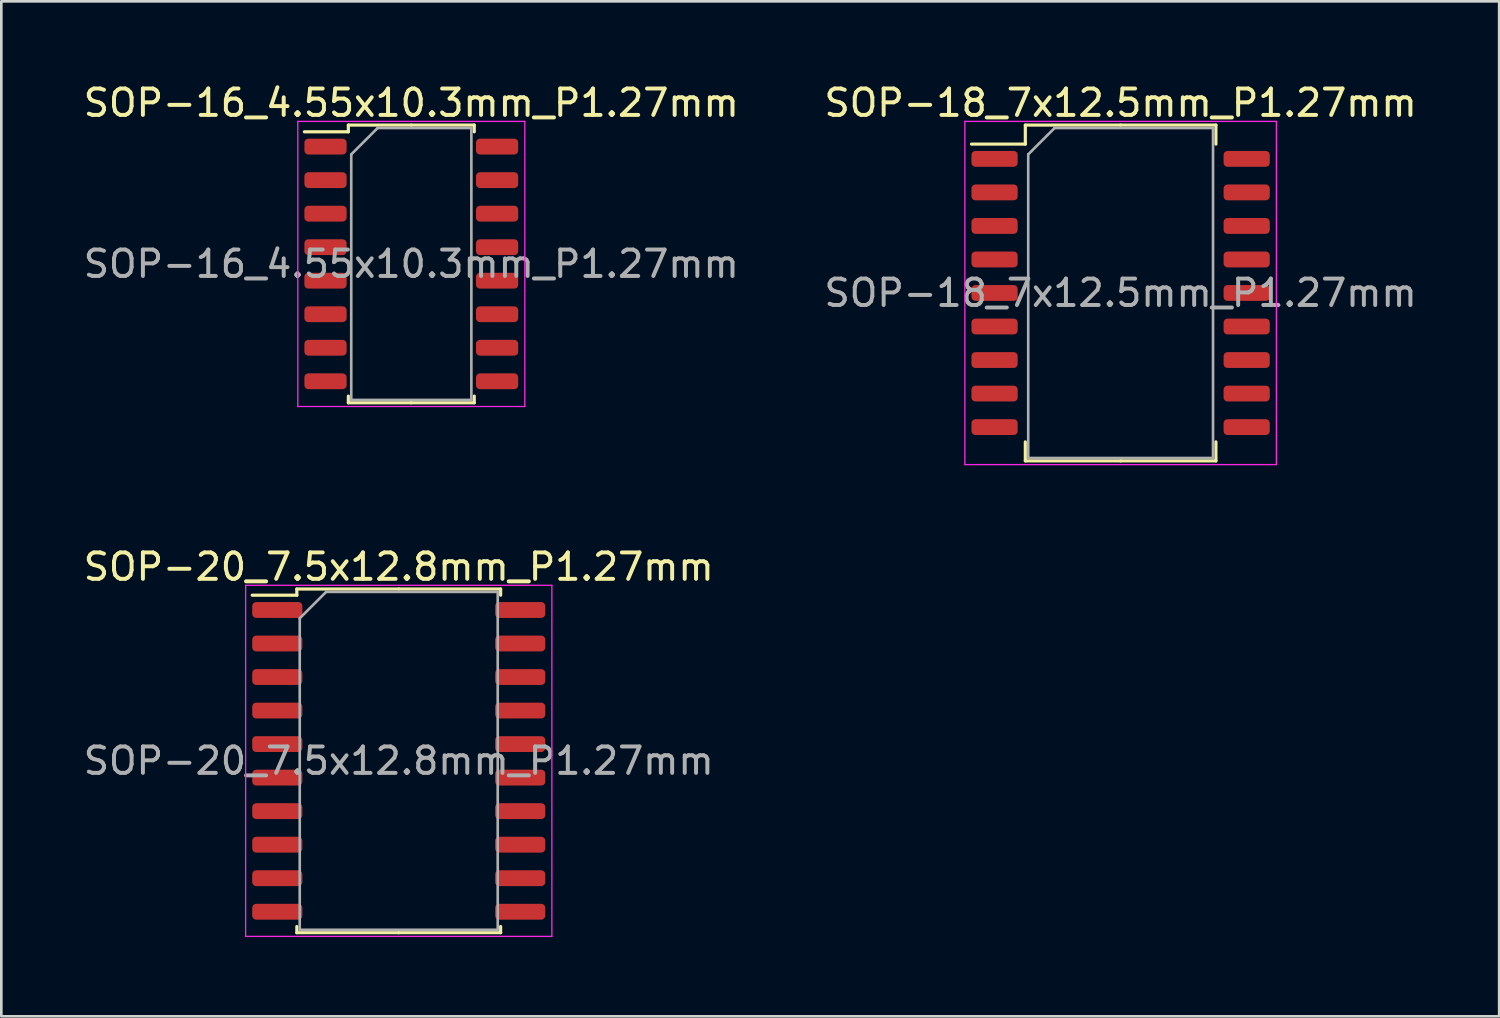
<source format=kicad_pcb>
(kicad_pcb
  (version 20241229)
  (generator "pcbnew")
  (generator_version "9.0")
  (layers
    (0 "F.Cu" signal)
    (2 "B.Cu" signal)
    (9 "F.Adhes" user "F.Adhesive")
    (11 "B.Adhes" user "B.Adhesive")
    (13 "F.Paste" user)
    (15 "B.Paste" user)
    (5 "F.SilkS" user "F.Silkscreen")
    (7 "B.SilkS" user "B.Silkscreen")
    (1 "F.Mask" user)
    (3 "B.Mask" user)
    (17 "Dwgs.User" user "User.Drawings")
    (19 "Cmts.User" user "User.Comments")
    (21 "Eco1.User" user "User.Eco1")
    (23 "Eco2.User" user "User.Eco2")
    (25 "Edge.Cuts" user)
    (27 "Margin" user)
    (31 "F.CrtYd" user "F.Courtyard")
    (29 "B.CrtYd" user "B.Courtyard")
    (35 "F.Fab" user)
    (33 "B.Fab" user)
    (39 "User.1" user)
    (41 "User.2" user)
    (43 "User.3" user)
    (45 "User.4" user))
  (footprint "SOP-16_4.55x10.3mm_P1.27mm"
    (layer "F.Cu")
    (at 12.53 6.948)
    (property "Reference" "SOP-16_4.55x10.3mm_P1.27mm" (at 0 -6.1 0) (layer "F.SilkS") (effects (font (size 1 1) (thickness 0.15))))
    (attr smd)
    (fp_line (start -2.385 -5.26) (end -2.385 -5.005) (stroke (width 0.12) (type solid)) (layer "F.SilkS"))
    (fp_line (start -2.385 -5.005) (end -4.05 -5.005) (stroke (width 0.12) (type solid)) (layer "F.SilkS"))
    (fp_line (start -2.385 5.26) (end -2.385 5.005) (stroke (width 0.12) (type solid)) (layer "F.SilkS"))
    (fp_line (start 0 -5.26) (end -2.385 -5.26) (stroke (width 0.12) (type solid)) (layer "F.SilkS"))
    (fp_line (start 0 -5.26) (end 2.385 -5.26) (stroke (width 0.12) (type solid)) (layer "F.SilkS"))
    (fp_line (start 0 5.26) (end -2.385 5.26) (stroke (width 0.12) (type solid)) (layer "F.SilkS"))
    (fp_line (start 0 5.26) (end 2.385 5.26) (stroke (width 0.12) (type solid)) (layer "F.SilkS"))
    (fp_line (start 2.385 -5.26) (end 2.385 -5.005) (stroke (width 0.12) (type solid)) (layer "F.SilkS"))
    (fp_line (start 2.385 5.26) (end 2.385 5.005) (stroke (width 0.12) (type solid)) (layer "F.SilkS"))
    (fp_line (start -4.3 -5.4) (end -4.3 5.4) (stroke (width 0.05) (type solid)) (layer "F.CrtYd"))
    (fp_line (start -4.3 5.4) (end 4.3 5.4) (stroke (width 0.05) (type solid)) (layer "F.CrtYd"))
    (fp_line (start 4.3 -5.4) (end -4.3 -5.4) (stroke (width 0.05) (type solid)) (layer "F.CrtYd"))
    (fp_line (start 4.3 5.4) (end 4.3 -5.4) (stroke (width 0.05) (type solid)) (layer "F.CrtYd"))
    (fp_line (start -2.275 -4.15) (end -1.275 -5.15) (stroke (width 0.1) (type solid)) (layer "F.Fab"))
    (fp_line (start -2.275 5.15) (end -2.275 -4.15) (stroke (width 0.1) (type solid)) (layer "F.Fab"))
    (fp_line (start -1.275 -5.15) (end 2.275 -5.15) (stroke (width 0.1) (type solid)) (layer "F.Fab"))
    (fp_line (start 2.275 -5.15) (end 2.275 5.15) (stroke (width 0.1) (type solid)) (layer "F.Fab"))
    (fp_line (start 2.275 5.15) (end -2.275 5.15) (stroke (width 0.1) (type solid)) (layer "F.Fab"))
    (fp_text user "${REFERENCE}" (at 0 0 0) (layer "F.Fab") (effects (font (size 1 1) (thickness 0.15))))
    (pad "1" smd roundrect (at -3.25 -4.445) (size 1.6 0.6) (layers "F.Cu" "F.Mask" "F.Paste") (roundrect_rratio 0.25))
    (pad "2" smd roundrect (at -3.25 -3.175) (size 1.6 0.6) (layers "F.Cu" "F.Mask" "F.Paste") (roundrect_rratio 0.25))
    (pad "3" smd roundrect (at -3.25 -1.905) (size 1.6 0.6) (layers "F.Cu" "F.Mask" "F.Paste") (roundrect_rratio 0.25))
    (pad "4" smd roundrect (at -3.25 -0.635) (size 1.6 0.6) (layers "F.Cu" "F.Mask" "F.Paste") (roundrect_rratio 0.25))
    (pad "5" smd roundrect (at -3.25 0.635) (size 1.6 0.6) (layers "F.Cu" "F.Mask" "F.Paste") (roundrect_rratio 0.25))
    (pad "6" smd roundrect (at -3.25 1.905) (size 1.6 0.6) (layers "F.Cu" "F.Mask" "F.Paste") (roundrect_rratio 0.25))
    (pad "7" smd roundrect (at -3.25 3.175) (size 1.6 0.6) (layers "F.Cu" "F.Mask" "F.Paste") (roundrect_rratio 0.25))
    (pad "8" smd roundrect (at -3.25 4.445) (size 1.6 0.6) (layers "F.Cu" "F.Mask" "F.Paste") (roundrect_rratio 0.25))
    (pad "9" smd roundrect (at 3.25 4.445) (size 1.6 0.6) (layers "F.Cu" "F.Mask" "F.Paste") (roundrect_rratio 0.25))
    (pad "10" smd roundrect (at 3.25 3.175) (size 1.6 0.6) (layers "F.Cu" "F.Mask" "F.Paste") (roundrect_rratio 0.25))
    (pad "11" smd roundrect (at 3.25 1.905) (size 1.6 0.6) (layers "F.Cu" "F.Mask" "F.Paste") (roundrect_rratio 0.25))
    (pad "12" smd roundrect (at 3.25 0.635) (size 1.6 0.6) (layers "F.Cu" "F.Mask" "F.Paste") (roundrect_rratio 0.25))
    (pad "13" smd roundrect (at 3.25 -0.635) (size 1.6 0.6) (layers "F.Cu" "F.Mask" "F.Paste") (roundrect_rratio 0.25))
    (pad "14" smd roundrect (at 3.25 -1.905) (size 1.6 0.6) (layers "F.Cu" "F.Mask" "F.Paste") (roundrect_rratio 0.25))
    (pad "15" smd roundrect (at 3.25 -3.175) (size 1.6 0.6) (layers "F.Cu" "F.Mask" "F.Paste") (roundrect_rratio 0.25))
    (pad "16" smd roundrect (at 3.25 -4.445) (size 1.6 0.6) (layers "F.Cu" "F.Mask" "F.Paste") (roundrect_rratio 0.25)))
  (footprint "SOP-20_7.5x12.8mm_P1.27mm"
    (layer "F.Cu")
    (at 12.054 25.771)
    (property "Reference" "SOP-20_7.5x12.8mm_P1.27mm" (at 0 -7.35 0) (layer "F.SilkS") (effects (font (size 1 1) (thickness 0.15))))
    (attr smd)
    (fp_line (start -3.86 -6.51) (end -3.86 -6.275) (stroke (width 0.12) (type solid)) (layer "F.SilkS"))
    (fp_line (start -3.86 -6.275) (end -5.55 -6.275) (stroke (width 0.12) (type solid)) (layer "F.SilkS"))
    (fp_line (start -3.86 6.51) (end -3.86 6.275) (stroke (width 0.12) (type solid)) (layer "F.SilkS"))
    (fp_line (start 0 -6.51) (end -3.86 -6.51) (stroke (width 0.12) (type solid)) (layer "F.SilkS"))
    (fp_line (start 0 -6.51) (end 3.86 -6.51) (stroke (width 0.12) (type solid)) (layer "F.SilkS"))
    (fp_line (start 0 6.51) (end -3.86 6.51) (stroke (width 0.12) (type solid)) (layer "F.SilkS"))
    (fp_line (start 0 6.51) (end 3.86 6.51) (stroke (width 0.12) (type solid)) (layer "F.SilkS"))
    (fp_line (start 3.86 -6.51) (end 3.86 -6.275) (stroke (width 0.12) (type solid)) (layer "F.SilkS"))
    (fp_line (start 3.86 6.51) (end 3.86 6.275) (stroke (width 0.12) (type solid)) (layer "F.SilkS"))
    (fp_line (start -5.8 -6.65) (end -5.8 6.65) (stroke (width 0.05) (type solid)) (layer "F.CrtYd"))
    (fp_line (start -5.8 6.65) (end 5.8 6.65) (stroke (width 0.05) (type solid)) (layer "F.CrtYd"))
    (fp_line (start 5.8 -6.65) (end -5.8 -6.65) (stroke (width 0.05) (type solid)) (layer "F.CrtYd"))
    (fp_line (start 5.8 6.65) (end 5.8 -6.65) (stroke (width 0.05) (type solid)) (layer "F.CrtYd"))
    (fp_line (start -3.75 -5.4) (end -2.75 -6.4) (stroke (width 0.1) (type solid)) (layer "F.Fab"))
    (fp_line (start -3.75 6.4) (end -3.75 -5.4) (stroke (width 0.1) (type solid)) (layer "F.Fab"))
    (fp_line (start -2.75 -6.4) (end 3.75 -6.4) (stroke (width 0.1) (type solid)) (layer "F.Fab"))
    (fp_line (start 3.75 -6.4) (end 3.75 6.4) (stroke (width 0.1) (type solid)) (layer "F.Fab"))
    (fp_line (start 3.75 6.4) (end -3.75 6.4) (stroke (width 0.1) (type solid)) (layer "F.Fab"))
    (fp_text user "${REFERENCE}" (at 0 0 0) (layer "F.Fab") (effects (font (size 1 1) (thickness 0.15))))
    (pad "1" smd roundrect (at -4.6 -5.715) (size 1.9 0.6) (layers "F.Cu" "F.Mask" "F.Paste") (roundrect_rratio 0.25))
    (pad "2" smd roundrect (at -4.6 -4.445) (size 1.9 0.6) (layers "F.Cu" "F.Mask" "F.Paste") (roundrect_rratio 0.25))
    (pad "3" smd roundrect (at -4.6 -3.175) (size 1.9 0.6) (layers "F.Cu" "F.Mask" "F.Paste") (roundrect_rratio 0.25))
    (pad "4" smd roundrect (at -4.6 -1.905) (size 1.9 0.6) (layers "F.Cu" "F.Mask" "F.Paste") (roundrect_rratio 0.25))
    (pad "5" smd roundrect (at -4.6 -0.635) (size 1.9 0.6) (layers "F.Cu" "F.Mask" "F.Paste") (roundrect_rratio 0.25))
    (pad "6" smd roundrect (at -4.6 0.635) (size 1.9 0.6) (layers "F.Cu" "F.Mask" "F.Paste") (roundrect_rratio 0.25))
    (pad "7" smd roundrect (at -4.6 1.905) (size 1.9 0.6) (layers "F.Cu" "F.Mask" "F.Paste") (roundrect_rratio 0.25))
    (pad "8" smd roundrect (at -4.6 3.175) (size 1.9 0.6) (layers "F.Cu" "F.Mask" "F.Paste") (roundrect_rratio 0.25))
    (pad "9" smd roundrect (at -4.6 4.445) (size 1.9 0.6) (layers "F.Cu" "F.Mask" "F.Paste") (roundrect_rratio 0.25))
    (pad "10" smd roundrect (at -4.6 5.715) (size 1.9 0.6) (layers "F.Cu" "F.Mask" "F.Paste") (roundrect_rratio 0.25))
    (pad "11" smd roundrect (at 4.6 5.715) (size 1.9 0.6) (layers "F.Cu" "F.Mask" "F.Paste") (roundrect_rratio 0.25))
    (pad "12" smd roundrect (at 4.6 4.445) (size 1.9 0.6) (layers "F.Cu" "F.Mask" "F.Paste") (roundrect_rratio 0.25))
    (pad "13" smd roundrect (at 4.6 3.175) (size 1.9 0.6) (layers "F.Cu" "F.Mask" "F.Paste") (roundrect_rratio 0.25))
    (pad "14" smd roundrect (at 4.6 1.905) (size 1.9 0.6) (layers "F.Cu" "F.Mask" "F.Paste") (roundrect_rratio 0.25))
    (pad "15" smd roundrect (at 4.6 0.635) (size 1.9 0.6) (layers "F.Cu" "F.Mask" "F.Paste") (roundrect_rratio 0.25))
    (pad "16" smd roundrect (at 4.6 -0.635) (size 1.9 0.6) (layers "F.Cu" "F.Mask" "F.Paste") (roundrect_rratio 0.25))
    (pad "17" smd roundrect (at 4.6 -1.905) (size 1.9 0.6) (layers "F.Cu" "F.Mask" "F.Paste") (roundrect_rratio 0.25))
    (pad "18" smd roundrect (at 4.6 -3.175) (size 1.9 0.6) (layers "F.Cu" "F.Mask" "F.Paste") (roundrect_rratio 0.25))
    (pad "19" smd roundrect (at 4.6 -4.445) (size 1.9 0.6) (layers "F.Cu" "F.Mask" "F.Paste") (roundrect_rratio 0.25))
    (pad "20" smd roundrect (at 4.6 -5.715) (size 1.9 0.6) (layers "F.Cu" "F.Mask" "F.Paste") (roundrect_rratio 0.25)))
  (footprint "SOP-18_7x12.5mm_P1.27mm"
    (layer "F.Cu")
    (at 39.399 8.048)
    (property "Reference" "SOP-18_7x12.5mm_P1.27mm" (at 0 -7.2 0) (layer "F.SilkS") (effects (font (size 1 1) (thickness 0.15))))
    (attr smd)
    (fp_line (start -3.61 -6.36) (end -3.61 -5.64) (stroke (width 0.12) (type solid)) (layer "F.SilkS"))
    (fp_line (start -3.61 -5.64) (end -5.65 -5.64) (stroke (width 0.12) (type solid)) (layer "F.SilkS"))
    (fp_line (start -3.61 6.36) (end -3.61 5.64) (stroke (width 0.12) (type solid)) (layer "F.SilkS"))
    (fp_line (start 0 -6.36) (end -3.61 -6.36) (stroke (width 0.12) (type solid)) (layer "F.SilkS"))
    (fp_line (start 0 -6.36) (end 3.61 -6.36) (stroke (width 0.12) (type solid)) (layer "F.SilkS"))
    (fp_line (start 0 6.36) (end -3.61 6.36) (stroke (width 0.12) (type solid)) (layer "F.SilkS"))
    (fp_line (start 0 6.36) (end 3.61 6.36) (stroke (width 0.12) (type solid)) (layer "F.SilkS"))
    (fp_line (start 3.61 -6.36) (end 3.61 -5.64) (stroke (width 0.12) (type solid)) (layer "F.SilkS"))
    (fp_line (start 3.61 6.36) (end 3.61 5.64) (stroke (width 0.12) (type solid)) (layer "F.SilkS"))
    (fp_line (start -5.9 -6.5) (end -5.9 6.5) (stroke (width 0.05) (type solid)) (layer "F.CrtYd"))
    (fp_line (start -5.9 6.5) (end 5.9 6.5) (stroke (width 0.05) (type solid)) (layer "F.CrtYd"))
    (fp_line (start 5.9 -6.5) (end -5.9 -6.5) (stroke (width 0.05) (type solid)) (layer "F.CrtYd"))
    (fp_line (start 5.9 6.5) (end 5.9 -6.5) (stroke (width 0.05) (type solid)) (layer "F.CrtYd"))
    (fp_line (start -3.5 -5.25) (end -2.5 -6.25) (stroke (width 0.1) (type solid)) (layer "F.Fab"))
    (fp_line (start -3.5 6.25) (end -3.5 -5.25) (stroke (width 0.1) (type solid)) (layer "F.Fab"))
    (fp_line (start -2.5 -6.25) (end 3.5 -6.25) (stroke (width 0.1) (type solid)) (layer "F.Fab"))
    (fp_line (start 3.5 -6.25) (end 3.5 6.25) (stroke (width 0.1) (type solid)) (layer "F.Fab"))
    (fp_line (start 3.5 6.25) (end -3.5 6.25) (stroke (width 0.1) (type solid)) (layer "F.Fab"))
    (fp_text user "${REFERENCE}" (at 0 0 0) (layer "F.Fab") (effects (font (size 1 1) (thickness 0.15))))
    (pad "1" smd roundrect (at -4.775 -5.08) (size 1.75 0.6) (layers "F.Cu" "F.Mask" "F.Paste") (roundrect_rratio 0.25))
    (pad "2" smd roundrect (at -4.775 -3.81) (size 1.75 0.6) (layers "F.Cu" "F.Mask" "F.Paste") (roundrect_rratio 0.25))
    (pad "3" smd roundrect (at -4.775 -2.54) (size 1.75 0.6) (layers "F.Cu" "F.Mask" "F.Paste") (roundrect_rratio 0.25))
    (pad "4" smd roundrect (at -4.775 -1.27) (size 1.75 0.6) (layers "F.Cu" "F.Mask" "F.Paste") (roundrect_rratio 0.25))
    (pad "5" smd roundrect (at -4.775 0) (size 1.75 0.6) (layers "F.Cu" "F.Mask" "F.Paste") (roundrect_rratio 0.25))
    (pad "6" smd roundrect (at -4.775 1.27) (size 1.75 0.6) (layers "F.Cu" "F.Mask" "F.Paste") (roundrect_rratio 0.25))
    (pad "7" smd roundrect (at -4.775 2.54) (size 1.75 0.6) (layers "F.Cu" "F.Mask" "F.Paste") (roundrect_rratio 0.25))
    (pad "8" smd roundrect (at -4.775 3.81) (size 1.75 0.6) (layers "F.Cu" "F.Mask" "F.Paste") (roundrect_rratio 0.25))
    (pad "9" smd roundrect (at -4.775 5.08) (size 1.75 0.6) (layers "F.Cu" "F.Mask" "F.Paste") (roundrect_rratio 0.25))
    (pad "10" smd roundrect (at 4.775 5.08) (size 1.75 0.6) (layers "F.Cu" "F.Mask" "F.Paste") (roundrect_rratio 0.25))
    (pad "11" smd roundrect (at 4.775 3.81) (size 1.75 0.6) (layers "F.Cu" "F.Mask" "F.Paste") (roundrect_rratio 0.25))
    (pad "12" smd roundrect (at 4.775 2.54) (size 1.75 0.6) (layers "F.Cu" "F.Mask" "F.Paste") (roundrect_rratio 0.25))
    (pad "13" smd roundrect (at 4.775 1.27) (size 1.75 0.6) (layers "F.Cu" "F.Mask" "F.Paste") (roundrect_rratio 0.25))
    (pad "14" smd roundrect (at 4.775 0) (size 1.75 0.6) (layers "F.Cu" "F.Mask" "F.Paste") (roundrect_rratio 0.25))
    (pad "15" smd roundrect (at 4.775 -1.27) (size 1.75 0.6) (layers "F.Cu" "F.Mask" "F.Paste") (roundrect_rratio 0.25))
    (pad "16" smd roundrect (at 4.775 -2.54) (size 1.75 0.6) (layers "F.Cu" "F.Mask" "F.Paste") (roundrect_rratio 0.25))
    (pad "17" smd roundrect (at 4.775 -3.81) (size 1.75 0.6) (layers "F.Cu" "F.Mask" "F.Paste") (roundrect_rratio 0.25))
    (pad "18" smd roundrect (at 4.775 -5.08) (size 1.75 0.6) (layers "F.Cu" "F.Mask" "F.Paste") (roundrect_rratio 0.25)))
  (gr_rect
    (start -3 -3)
    (end 53.738 35.447)
    (stroke (width 0.1) (type default))
    (fill no)
    (layer "Edge.Cuts")))
</source>
